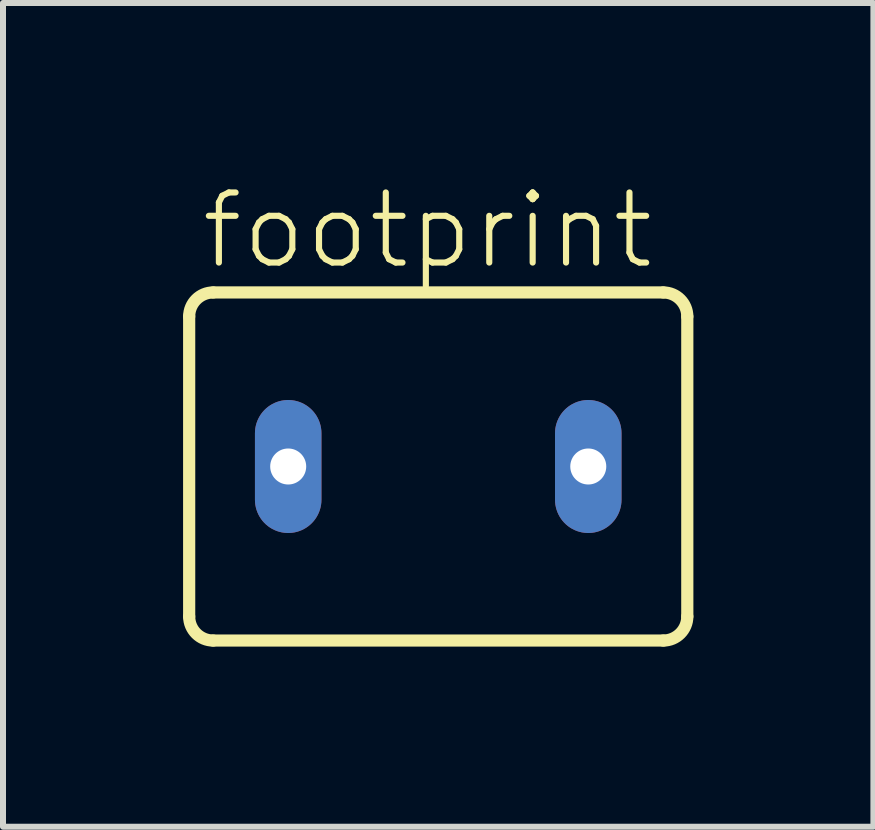
<source format=kicad_pcb>
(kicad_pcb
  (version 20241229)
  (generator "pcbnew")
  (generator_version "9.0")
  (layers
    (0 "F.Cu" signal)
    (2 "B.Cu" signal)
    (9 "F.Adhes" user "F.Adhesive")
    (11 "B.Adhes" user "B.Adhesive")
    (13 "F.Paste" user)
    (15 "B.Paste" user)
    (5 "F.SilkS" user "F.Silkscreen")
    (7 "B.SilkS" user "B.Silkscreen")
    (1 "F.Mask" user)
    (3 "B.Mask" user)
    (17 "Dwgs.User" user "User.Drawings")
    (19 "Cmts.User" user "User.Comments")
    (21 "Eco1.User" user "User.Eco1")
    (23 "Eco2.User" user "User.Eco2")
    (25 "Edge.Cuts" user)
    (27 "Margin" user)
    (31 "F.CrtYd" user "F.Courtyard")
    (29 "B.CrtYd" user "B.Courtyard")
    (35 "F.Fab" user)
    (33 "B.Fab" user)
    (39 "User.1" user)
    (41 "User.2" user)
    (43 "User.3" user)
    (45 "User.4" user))
  (footprint "footprint"
    (layer "F.Cu")
    (at 4.252 4.723)
    (property "Reference" "footprint" (at -4 -3.25 0) (layer "F.SilkS") (effects (font (size 1.168 1.168) (thickness 0.102)) (justify left bottom)))
    (fp_line (start -4.15 -2.5) (end -4.15 2.5) (stroke (width 0.203) (type solid)) (layer "F.SilkS"))
    (fp_line (start -3.75 2.9) (end 3.75 2.9) (stroke (width 0.203) (type solid)) (layer "F.SilkS"))
    (fp_line (start 3.75 -2.9) (end -3.75 -2.9) (stroke (width 0.203) (type solid)) (layer "F.SilkS"))
    (fp_line (start 4.15 2.5) (end 4.15 -2.5) (stroke (width 0.203) (type solid)) (layer "F.SilkS"))
    (fp_arc (start -4.15 -2.5) (mid -4.032843 -2.782843) (end -3.75 -2.9) (stroke (width 0.2032) (type solid)) (layer "F.SilkS"))
    (fp_arc (start -3.75 2.9) (mid -4.032843 2.782843) (end -4.15 2.5) (stroke (width 0.2032) (type solid)) (layer "F.SilkS"))
    (fp_arc (start 3.75 -2.9) (mid 4.032843 -2.782843) (end 4.15 -2.5) (stroke (width 0.2032) (type solid)) (layer "F.SilkS"))
    (fp_arc (start 4.15 2.5) (mid 4.032843 2.782843) (end 3.75 2.9) (stroke (width 0.2032) (type solid)) (layer "F.SilkS"))
    (pad "1" thru_hole oval (at -2.5 0 90) (size 2.216 1.108) (drill 0.6) (layers "*.Cu" "*.Mask"))
    (pad "2" thru_hole oval (at 2.5 0 90) (size 2.216 1.108) (drill 0.6) (layers "*.Cu" "*.Mask")))
  (gr_rect
    (start -3 -3)
    (end 11.503 10.725)
    (stroke (width 0.1) (type default))
    (fill no)
    (layer "Edge.Cuts")))
</source>
